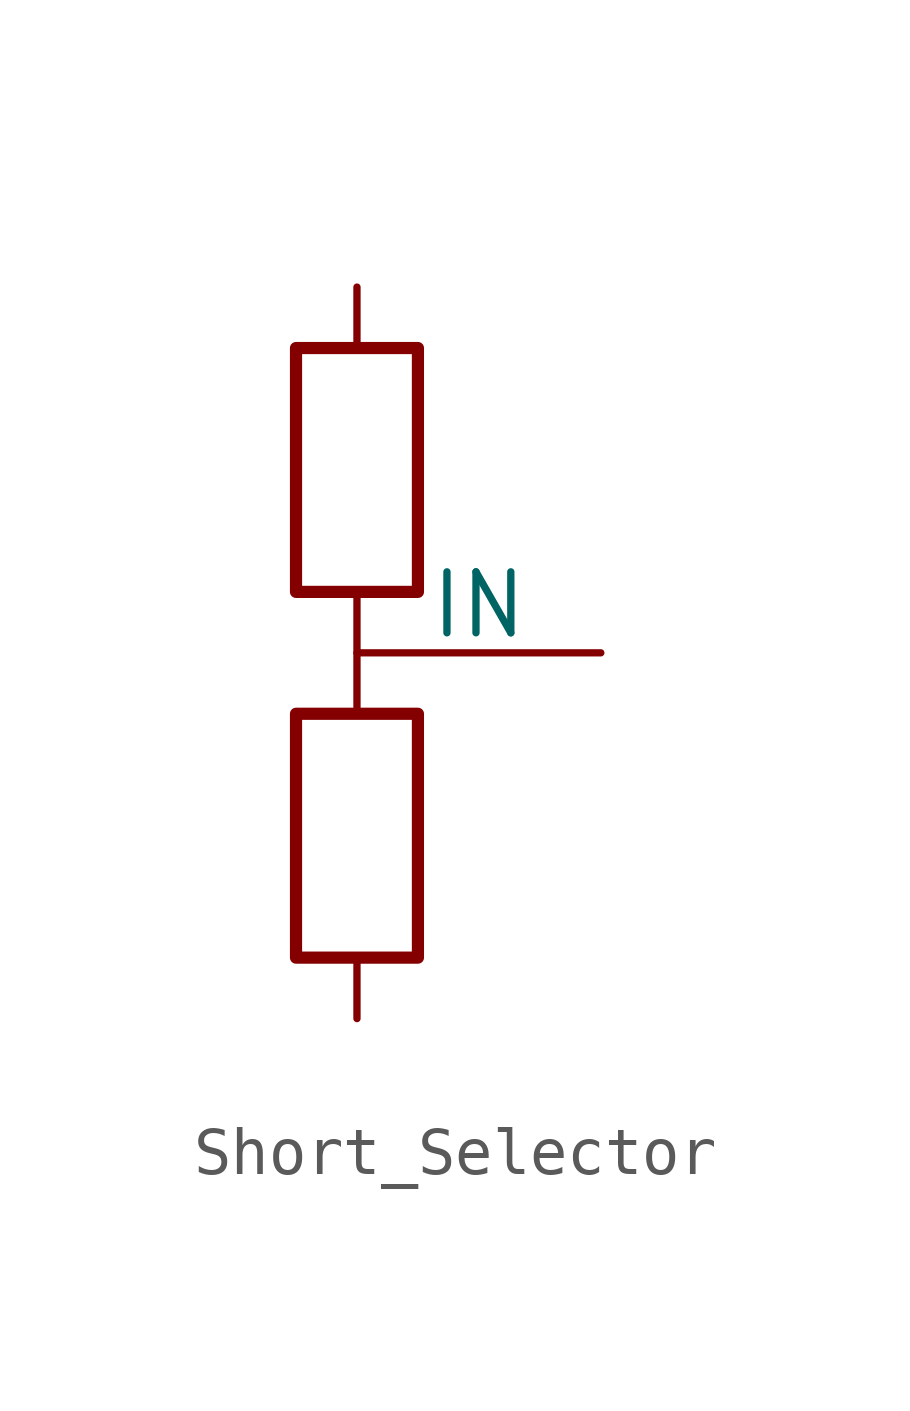
<source format=kicad_sym>
(kicad_symbol_lib
  (version 20220914)
  (generator kicad_symbol_editor)
  (symbol "Short_Selector"
    (pin_numbers hide)
    (pin_names
      (offset 0))
    (property "Reference" "R"
      (at 2.032 0 90)
      (effects (font (size 1.27 1.27)) hide))
    (symbol "Short_Selector_0_1"
      (rectangle (start -1.27 2.54) (end 1.27 -2.54) (stroke (width 0.254) (type default)) (fill (type none)))
      (rectangle (start -1.27 10.16) (end 1.27 5.08) (stroke (width 0.254) (type default)) (fill (type none)))
      (polyline (pts (xy 0 2.54) (xy 0 5.08)) (stroke (width 0) (type default)) (fill (type none))))
    (symbol "Short_Selector_1_1"
      (pin passive line (at 0 -3.81 90) (length 1.27) (name "~" (effects (font (size 1.27 1.27)))) (number "1" (effects (font (size 1.27 1.27)))))
      (pin passive line (at 5.08 3.81 180) (length 5.08) (name "IN" (effects (font (size 1.27 1.27)))) (number "2" (effects (font (size 1.27 1.27)))))
      (pin passive line (at 0 11.43 270) (length 1.27) (name "~" (effects (font (size 1.27 1.27)))) (number "3" (effects (font (size 1.27 1.27))))))))
</source>
